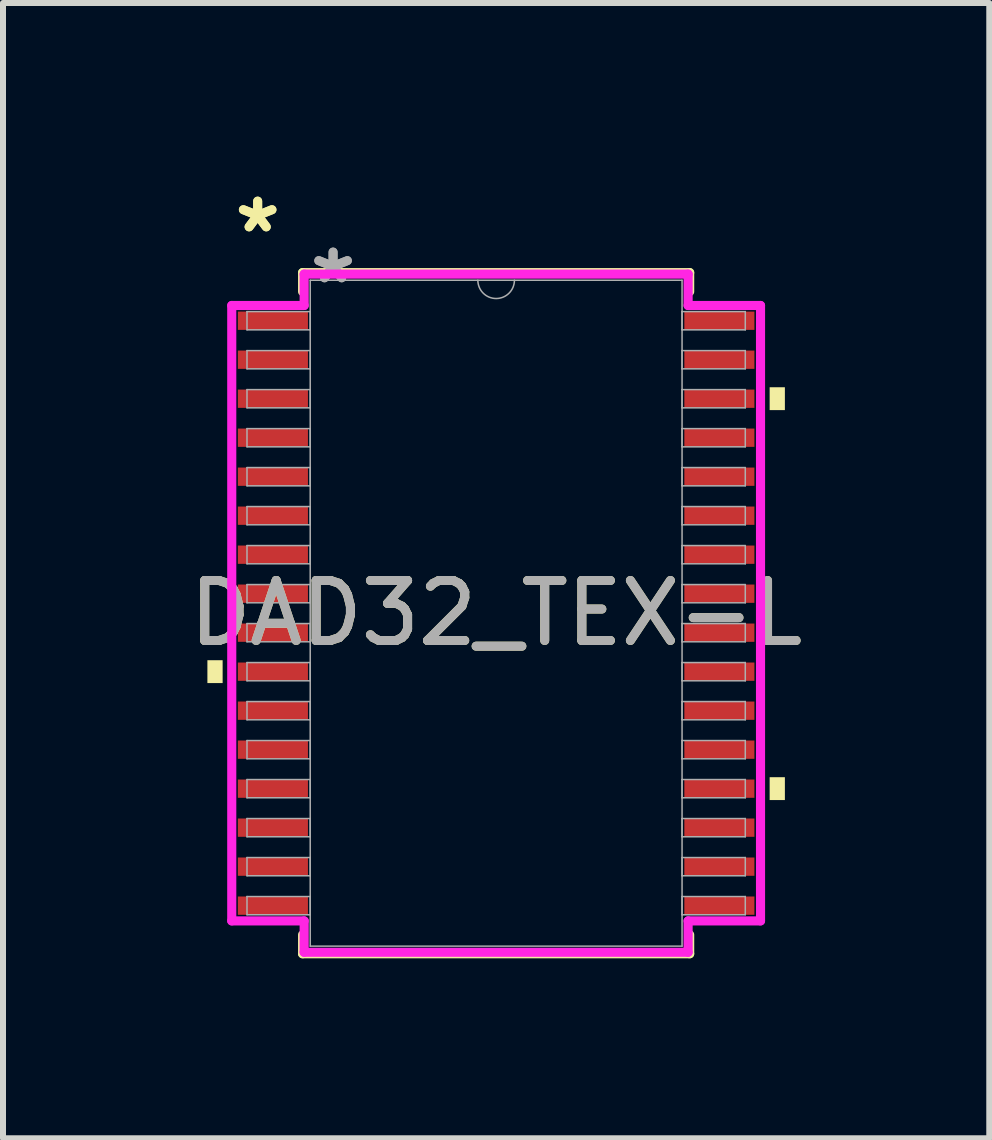
<source format=kicad_pcb>
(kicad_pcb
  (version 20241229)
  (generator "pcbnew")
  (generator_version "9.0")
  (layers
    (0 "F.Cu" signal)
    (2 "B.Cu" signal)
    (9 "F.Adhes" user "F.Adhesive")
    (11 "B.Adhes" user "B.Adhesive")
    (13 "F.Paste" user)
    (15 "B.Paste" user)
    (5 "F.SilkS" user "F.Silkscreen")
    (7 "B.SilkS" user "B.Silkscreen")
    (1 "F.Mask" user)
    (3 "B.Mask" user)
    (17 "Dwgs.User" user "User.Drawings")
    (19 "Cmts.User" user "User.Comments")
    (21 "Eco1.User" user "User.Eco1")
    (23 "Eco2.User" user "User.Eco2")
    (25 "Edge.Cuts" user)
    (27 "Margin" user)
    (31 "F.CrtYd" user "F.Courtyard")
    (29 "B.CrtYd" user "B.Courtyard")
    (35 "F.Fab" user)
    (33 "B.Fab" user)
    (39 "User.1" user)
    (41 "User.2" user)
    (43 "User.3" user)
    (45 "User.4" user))
  (footprint "DAD32_TEX-L"
    (layer "F.Cu")
    (at 5.22 7.171)
    (property "Reference" "DAD32_TEX-L" (at 0 0 0) (unlocked yes) (layer "F.SilkS") (effects (font (size 1 1) (thickness 0.15))))
    (attr smd)
    (fp_line (start -3.226 -5.677) (end -3.226 -5.36) (stroke (width 0.152) (type solid)) (layer "F.SilkS"))
    (fp_line (start -3.226 5.36) (end -3.226 5.677) (stroke (width 0.152) (type solid)) (layer "F.SilkS"))
    (fp_line (start -3.226 5.677) (end 3.226 5.677) (stroke (width 0.152) (type solid)) (layer "F.SilkS"))
    (fp_line (start 3.226 -5.677) (end -3.226 -5.677) (stroke (width 0.152) (type solid)) (layer "F.SilkS"))
    (fp_line (start 3.226 -5.36) (end 3.226 -5.677) (stroke (width 0.152) (type solid)) (layer "F.SilkS"))
    (fp_line (start 3.226 5.677) (end 3.226 5.36) (stroke (width 0.152) (type solid)) (layer "F.SilkS"))
    (fp_poly (pts (xy -4.813 0.784) (xy -4.813 1.165) (xy -4.559 1.165) (xy -4.559 0.784)) (stroke (width 0) (type solid)) (fill yes) (layer "F.SilkS"))
    (fp_poly (pts (xy 4.813 -3.766) (xy 4.813 -3.385) (xy 4.559 -3.385) (xy 4.559 -3.766)) (stroke (width 0) (type solid)) (fill yes) (layer "F.SilkS"))
    (fp_poly (pts (xy 4.813 2.734) (xy 4.813 3.115) (xy 4.559 3.115) (xy 4.559 2.734)) (stroke (width 0) (type solid)) (fill yes) (layer "F.SilkS"))
    (fp_line (start -4.407 -5.129) (end -3.2 -5.129) (stroke (width 0.152) (type solid)) (layer "F.CrtYd"))
    (fp_line (start -4.407 5.129) (end -4.407 -5.129) (stroke (width 0.152) (type solid)) (layer "F.CrtYd"))
    (fp_line (start -4.407 5.129) (end -3.2 5.129) (stroke (width 0.152) (type solid)) (layer "F.CrtYd"))
    (fp_line (start -3.2 -5.652) (end 3.2 -5.652) (stroke (width 0.152) (type solid)) (layer "F.CrtYd"))
    (fp_line (start -3.2 -5.129) (end -3.2 -5.652) (stroke (width 0.152) (type solid)) (layer "F.CrtYd"))
    (fp_line (start -3.2 5.652) (end -3.2 5.129) (stroke (width 0.152) (type solid)) (layer "F.CrtYd"))
    (fp_line (start 3.2 -5.652) (end 3.2 -5.129) (stroke (width 0.152) (type solid)) (layer "F.CrtYd"))
    (fp_line (start 3.2 5.129) (end 3.2 5.652) (stroke (width 0.152) (type solid)) (layer "F.CrtYd"))
    (fp_line (start 3.2 5.652) (end -3.2 5.652) (stroke (width 0.152) (type solid)) (layer "F.CrtYd"))
    (fp_line (start 4.407 -5.129) (end 3.2 -5.129) (stroke (width 0.152) (type solid)) (layer "F.CrtYd"))
    (fp_line (start 4.407 -5.129) (end 4.407 5.129) (stroke (width 0.152) (type solid)) (layer "F.CrtYd"))
    (fp_line (start 4.407 5.129) (end 3.2 5.129) (stroke (width 0.152) (type solid)) (layer "F.CrtYd"))
    (fp_line (start -4.153 -5.027) (end -4.153 -4.723) (stroke (width 0.025) (type solid)) (layer "F.Fab"))
    (fp_line (start -4.153 -4.723) (end -3.099 -4.723) (stroke (width 0.025) (type solid)) (layer "F.Fab"))
    (fp_line (start -4.153 -4.377) (end -4.153 -4.073) (stroke (width 0.025) (type solid)) (layer "F.Fab"))
    (fp_line (start -4.153 -4.073) (end -3.099 -4.073) (stroke (width 0.025) (type solid)) (layer "F.Fab"))
    (fp_line (start -4.153 -3.727) (end -4.153 -3.423) (stroke (width 0.025) (type solid)) (layer "F.Fab"))
    (fp_line (start -4.153 -3.423) (end -3.099 -3.423) (stroke (width 0.025) (type solid)) (layer "F.Fab"))
    (fp_line (start -4.153 -3.077) (end -4.153 -2.773) (stroke (width 0.025) (type solid)) (layer "F.Fab"))
    (fp_line (start -4.153 -2.773) (end -3.099 -2.773) (stroke (width 0.025) (type solid)) (layer "F.Fab"))
    (fp_line (start -4.153 -2.427) (end -4.153 -2.123) (stroke (width 0.025) (type solid)) (layer "F.Fab"))
    (fp_line (start -4.153 -2.123) (end -3.099 -2.123) (stroke (width 0.025) (type solid)) (layer "F.Fab"))
    (fp_line (start -4.153 -1.777) (end -4.153 -1.473) (stroke (width 0.025) (type solid)) (layer "F.Fab"))
    (fp_line (start -4.153 -1.473) (end -3.099 -1.473) (stroke (width 0.025) (type solid)) (layer "F.Fab"))
    (fp_line (start -4.153 -1.127) (end -4.153 -0.823) (stroke (width 0.025) (type solid)) (layer "F.Fab"))
    (fp_line (start -4.153 -0.823) (end -3.099 -0.823) (stroke (width 0.025) (type solid)) (layer "F.Fab"))
    (fp_line (start -4.153 -0.477) (end -4.153 -0.173) (stroke (width 0.025) (type solid)) (layer "F.Fab"))
    (fp_line (start -4.153 -0.173) (end -3.099 -0.173) (stroke (width 0.025) (type solid)) (layer "F.Fab"))
    (fp_line (start -4.153 0.173) (end -4.153 0.477) (stroke (width 0.025) (type solid)) (layer "F.Fab"))
    (fp_line (start -4.153 0.477) (end -3.099 0.477) (stroke (width 0.025) (type solid)) (layer "F.Fab"))
    (fp_line (start -4.153 0.823) (end -4.153 1.127) (stroke (width 0.025) (type solid)) (layer "F.Fab"))
    (fp_line (start -4.153 1.127) (end -3.099 1.127) (stroke (width 0.025) (type solid)) (layer "F.Fab"))
    (fp_line (start -4.153 1.473) (end -4.153 1.777) (stroke (width 0.025) (type solid)) (layer "F.Fab"))
    (fp_line (start -4.153 1.777) (end -3.099 1.777) (stroke (width 0.025) (type solid)) (layer "F.Fab"))
    (fp_line (start -4.153 2.123) (end -4.153 2.427) (stroke (width 0.025) (type solid)) (layer "F.Fab"))
    (fp_line (start -4.153 2.427) (end -3.099 2.427) (stroke (width 0.025) (type solid)) (layer "F.Fab"))
    (fp_line (start -4.153 2.773) (end -4.153 3.077) (stroke (width 0.025) (type solid)) (layer "F.Fab"))
    (fp_line (start -4.153 3.077) (end -3.099 3.077) (stroke (width 0.025) (type solid)) (layer "F.Fab"))
    (fp_line (start -4.153 3.423) (end -4.153 3.727) (stroke (width 0.025) (type solid)) (layer "F.Fab"))
    (fp_line (start -4.153 3.727) (end -3.099 3.727) (stroke (width 0.025) (type solid)) (layer "F.Fab"))
    (fp_line (start -4.153 4.073) (end -4.153 4.377) (stroke (width 0.025) (type solid)) (layer "F.Fab"))
    (fp_line (start -4.153 4.377) (end -3.099 4.377) (stroke (width 0.025) (type solid)) (layer "F.Fab"))
    (fp_line (start -4.153 4.723) (end -4.153 5.027) (stroke (width 0.025) (type solid)) (layer "F.Fab"))
    (fp_line (start -4.153 5.027) (end -3.099 5.027) (stroke (width 0.025) (type solid)) (layer "F.Fab"))
    (fp_line (start -3.099 -5.55) (end -3.099 5.55) (stroke (width 0.025) (type solid)) (layer "F.Fab"))
    (fp_line (start -3.099 -5.027) (end -4.153 -5.027) (stroke (width 0.025) (type solid)) (layer "F.Fab"))
    (fp_line (start -3.099 -4.723) (end -3.099 -5.027) (stroke (width 0.025) (type solid)) (layer "F.Fab"))
    (fp_line (start -3.099 -4.377) (end -4.153 -4.377) (stroke (width 0.025) (type solid)) (layer "F.Fab"))
    (fp_line (start -3.099 -4.073) (end -3.099 -4.377) (stroke (width 0.025) (type solid)) (layer "F.Fab"))
    (fp_line (start -3.099 -3.727) (end -4.153 -3.727) (stroke (width 0.025) (type solid)) (layer "F.Fab"))
    (fp_line (start -3.099 -3.423) (end -3.099 -3.727) (stroke (width 0.025) (type solid)) (layer "F.Fab"))
    (fp_line (start -3.099 -3.077) (end -4.153 -3.077) (stroke (width 0.025) (type solid)) (layer "F.Fab"))
    (fp_line (start -3.099 -2.773) (end -3.099 -3.077) (stroke (width 0.025) (type solid)) (layer "F.Fab"))
    (fp_line (start -3.099 -2.427) (end -4.153 -2.427) (stroke (width 0.025) (type solid)) (layer "F.Fab"))
    (fp_line (start -3.099 -2.123) (end -3.099 -2.427) (stroke (width 0.025) (type solid)) (layer "F.Fab"))
    (fp_line (start -3.099 -1.777) (end -4.153 -1.777) (stroke (width 0.025) (type solid)) (layer "F.Fab"))
    (fp_line (start -3.099 -1.473) (end -3.099 -1.777) (stroke (width 0.025) (type solid)) (layer "F.Fab"))
    (fp_line (start -3.099 -1.127) (end -4.153 -1.127) (stroke (width 0.025) (type solid)) (layer "F.Fab"))
    (fp_line (start -3.099 -0.823) (end -3.099 -1.127) (stroke (width 0.025) (type solid)) (layer "F.Fab"))
    (fp_line (start -3.099 -0.477) (end -4.153 -0.477) (stroke (width 0.025) (type solid)) (layer "F.Fab"))
    (fp_line (start -3.099 -0.173) (end -3.099 -0.477) (stroke (width 0.025) (type solid)) (layer "F.Fab"))
    (fp_line (start -3.099 0.173) (end -4.153 0.173) (stroke (width 0.025) (type solid)) (layer "F.Fab"))
    (fp_line (start -3.099 0.477) (end -3.099 0.173) (stroke (width 0.025) (type solid)) (layer "F.Fab"))
    (fp_line (start -3.099 0.823) (end -4.153 0.823) (stroke (width 0.025) (type solid)) (layer "F.Fab"))
    (fp_line (start -3.099 1.127) (end -3.099 0.823) (stroke (width 0.025) (type solid)) (layer "F.Fab"))
    (fp_line (start -3.099 1.473) (end -4.153 1.473) (stroke (width 0.025) (type solid)) (layer "F.Fab"))
    (fp_line (start -3.099 1.777) (end -3.099 1.473) (stroke (width 0.025) (type solid)) (layer "F.Fab"))
    (fp_line (start -3.099 2.123) (end -4.153 2.123) (stroke (width 0.025) (type solid)) (layer "F.Fab"))
    (fp_line (start -3.099 2.427) (end -3.099 2.123) (stroke (width 0.025) (type solid)) (layer "F.Fab"))
    (fp_line (start -3.099 2.773) (end -4.153 2.773) (stroke (width 0.025) (type solid)) (layer "F.Fab"))
    (fp_line (start -3.099 3.077) (end -3.099 2.773) (stroke (width 0.025) (type solid)) (layer "F.Fab"))
    (fp_line (start -3.099 3.423) (end -4.153 3.423) (stroke (width 0.025) (type solid)) (layer "F.Fab"))
    (fp_line (start -3.099 3.727) (end -3.099 3.423) (stroke (width 0.025) (type solid)) (layer "F.Fab"))
    (fp_line (start -3.099 4.073) (end -4.153 4.073) (stroke (width 0.025) (type solid)) (layer "F.Fab"))
    (fp_line (start -3.099 4.377) (end -3.099 4.073) (stroke (width 0.025) (type solid)) (layer "F.Fab"))
    (fp_line (start -3.099 4.723) (end -4.153 4.723) (stroke (width 0.025) (type solid)) (layer "F.Fab"))
    (fp_line (start -3.099 5.027) (end -3.099 4.723) (stroke (width 0.025) (type solid)) (layer "F.Fab"))
    (fp_line (start -3.099 5.55) (end 3.099 5.55) (stroke (width 0.025) (type solid)) (layer "F.Fab"))
    (fp_line (start 3.099 -5.55) (end -3.099 -5.55) (stroke (width 0.025) (type solid)) (layer "F.Fab"))
    (fp_line (start 3.099 -5.027) (end 3.099 -4.723) (stroke (width 0.025) (type solid)) (layer "F.Fab"))
    (fp_line (start 3.099 -4.723) (end 4.153 -4.723) (stroke (width 0.025) (type solid)) (layer "F.Fab"))
    (fp_line (start 3.099 -4.377) (end 3.099 -4.073) (stroke (width 0.025) (type solid)) (layer "F.Fab"))
    (fp_line (start 3.099 -4.073) (end 4.153 -4.073) (stroke (width 0.025) (type solid)) (layer "F.Fab"))
    (fp_line (start 3.099 -3.727) (end 3.099 -3.423) (stroke (width 0.025) (type solid)) (layer "F.Fab"))
    (fp_line (start 3.099 -3.423) (end 4.153 -3.423) (stroke (width 0.025) (type solid)) (layer "F.Fab"))
    (fp_line (start 3.099 -3.077) (end 3.099 -2.773) (stroke (width 0.025) (type solid)) (layer "F.Fab"))
    (fp_line (start 3.099 -2.773) (end 4.153 -2.773) (stroke (width 0.025) (type solid)) (layer "F.Fab"))
    (fp_line (start 3.099 -2.427) (end 3.099 -2.123) (stroke (width 0.025) (type solid)) (layer "F.Fab"))
    (fp_line (start 3.099 -2.123) (end 4.153 -2.123) (stroke (width 0.025) (type solid)) (layer "F.Fab"))
    (fp_line (start 3.099 -1.777) (end 3.099 -1.473) (stroke (width 0.025) (type solid)) (layer "F.Fab"))
    (fp_line (start 3.099 -1.473) (end 4.153 -1.473) (stroke (width 0.025) (type solid)) (layer "F.Fab"))
    (fp_line (start 3.099 -1.127) (end 3.099 -0.823) (stroke (width 0.025) (type solid)) (layer "F.Fab"))
    (fp_line (start 3.099 -0.823) (end 4.153 -0.823) (stroke (width 0.025) (type solid)) (layer "F.Fab"))
    (fp_line (start 3.099 -0.477) (end 3.099 -0.173) (stroke (width 0.025) (type solid)) (layer "F.Fab"))
    (fp_line (start 3.099 -0.173) (end 4.153 -0.173) (stroke (width 0.025) (type solid)) (layer "F.Fab"))
    (fp_line (start 3.099 0.173) (end 3.099 0.477) (stroke (width 0.025) (type solid)) (layer "F.Fab"))
    (fp_line (start 3.099 0.477) (end 4.153 0.477) (stroke (width 0.025) (type solid)) (layer "F.Fab"))
    (fp_line (start 3.099 0.823) (end 3.099 1.127) (stroke (width 0.025) (type solid)) (layer "F.Fab"))
    (fp_line (start 3.099 1.127) (end 4.153 1.127) (stroke (width 0.025) (type solid)) (layer "F.Fab"))
    (fp_line (start 3.099 1.473) (end 3.099 1.777) (stroke (width 0.025) (type solid)) (layer "F.Fab"))
    (fp_line (start 3.099 1.777) (end 4.153 1.777) (stroke (width 0.025) (type solid)) (layer "F.Fab"))
    (fp_line (start 3.099 2.123) (end 3.099 2.427) (stroke (width 0.025) (type solid)) (layer "F.Fab"))
    (fp_line (start 3.099 2.427) (end 4.153 2.427) (stroke (width 0.025) (type solid)) (layer "F.Fab"))
    (fp_line (start 3.099 2.773) (end 3.099 3.077) (stroke (width 0.025) (type solid)) (layer "F.Fab"))
    (fp_line (start 3.099 3.077) (end 4.153 3.077) (stroke (width 0.025) (type solid)) (layer "F.Fab"))
    (fp_line (start 3.099 3.423) (end 3.099 3.727) (stroke (width 0.025) (type solid)) (layer "F.Fab"))
    (fp_line (start 3.099 3.727) (end 4.153 3.727) (stroke (width 0.025) (type solid)) (layer "F.Fab"))
    (fp_line (start 3.099 4.073) (end 3.099 4.377) (stroke (width 0.025) (type solid)) (layer "F.Fab"))
    (fp_line (start 3.099 4.377) (end 4.153 4.377) (stroke (width 0.025) (type solid)) (layer "F.Fab"))
    (fp_line (start 3.099 4.723) (end 3.099 5.027) (stroke (width 0.025) (type solid)) (layer "F.Fab"))
    (fp_line (start 3.099 5.027) (end 4.153 5.027) (stroke (width 0.025) (type solid)) (layer "F.Fab"))
    (fp_line (start 3.099 5.55) (end 3.099 -5.55) (stroke (width 0.025) (type solid)) (layer "F.Fab"))
    (fp_line (start 4.153 -5.027) (end 3.099 -5.027) (stroke (width 0.025) (type solid)) (layer "F.Fab"))
    (fp_line (start 4.153 -4.723) (end 4.153 -5.027) (stroke (width 0.025) (type solid)) (layer "F.Fab"))
    (fp_line (start 4.153 -4.377) (end 3.099 -4.377) (stroke (width 0.025) (type solid)) (layer "F.Fab"))
    (fp_line (start 4.153 -4.073) (end 4.153 -4.377) (stroke (width 0.025) (type solid)) (layer "F.Fab"))
    (fp_line (start 4.153 -3.727) (end 3.099 -3.727) (stroke (width 0.025) (type solid)) (layer "F.Fab"))
    (fp_line (start 4.153 -3.423) (end 4.153 -3.727) (stroke (width 0.025) (type solid)) (layer "F.Fab"))
    (fp_line (start 4.153 -3.077) (end 3.099 -3.077) (stroke (width 0.025) (type solid)) (layer "F.Fab"))
    (fp_line (start 4.153 -2.773) (end 4.153 -3.077) (stroke (width 0.025) (type solid)) (layer "F.Fab"))
    (fp_line (start 4.153 -2.427) (end 3.099 -2.427) (stroke (width 0.025) (type solid)) (layer "F.Fab"))
    (fp_line (start 4.153 -2.123) (end 4.153 -2.427) (stroke (width 0.025) (type solid)) (layer "F.Fab"))
    (fp_line (start 4.153 -1.777) (end 3.099 -1.777) (stroke (width 0.025) (type solid)) (layer "F.Fab"))
    (fp_line (start 4.153 -1.473) (end 4.153 -1.777) (stroke (width 0.025) (type solid)) (layer "F.Fab"))
    (fp_line (start 4.153 -1.127) (end 3.099 -1.127) (stroke (width 0.025) (type solid)) (layer "F.Fab"))
    (fp_line (start 4.153 -0.823) (end 4.153 -1.127) (stroke (width 0.025) (type solid)) (layer "F.Fab"))
    (fp_line (start 4.153 -0.477) (end 3.099 -0.477) (stroke (width 0.025) (type solid)) (layer "F.Fab"))
    (fp_line (start 4.153 -0.173) (end 4.153 -0.477) (stroke (width 0.025) (type solid)) (layer "F.Fab"))
    (fp_line (start 4.153 0.173) (end 3.099 0.173) (stroke (width 0.025) (type solid)) (layer "F.Fab"))
    (fp_line (start 4.153 0.477) (end 4.153 0.173) (stroke (width 0.025) (type solid)) (layer "F.Fab"))
    (fp_line (start 4.153 0.823) (end 3.099 0.823) (stroke (width 0.025) (type solid)) (layer "F.Fab"))
    (fp_line (start 4.153 1.127) (end 4.153 0.823) (stroke (width 0.025) (type solid)) (layer "F.Fab"))
    (fp_line (start 4.153 1.473) (end 3.099 1.473) (stroke (width 0.025) (type solid)) (layer "F.Fab"))
    (fp_line (start 4.153 1.777) (end 4.153 1.473) (stroke (width 0.025) (type solid)) (layer "F.Fab"))
    (fp_line (start 4.153 2.123) (end 3.099 2.123) (stroke (width 0.025) (type solid)) (layer "F.Fab"))
    (fp_line (start 4.153 2.427) (end 4.153 2.123) (stroke (width 0.025) (type solid)) (layer "F.Fab"))
    (fp_line (start 4.153 2.773) (end 3.099 2.773) (stroke (width 0.025) (type solid)) (layer "F.Fab"))
    (fp_line (start 4.153 3.077) (end 4.153 2.773) (stroke (width 0.025) (type solid)) (layer "F.Fab"))
    (fp_line (start 4.153 3.423) (end 3.099 3.423) (stroke (width 0.025) (type solid)) (layer "F.Fab"))
    (fp_line (start 4.153 3.727) (end 4.153 3.423) (stroke (width 0.025) (type solid)) (layer "F.Fab"))
    (fp_line (start 4.153 4.073) (end 3.099 4.073) (stroke (width 0.025) (type solid)) (layer "F.Fab"))
    (fp_line (start 4.153 4.377) (end 4.153 4.073) (stroke (width 0.025) (type solid)) (layer "F.Fab"))
    (fp_line (start 4.153 4.723) (end 3.099 4.723) (stroke (width 0.025) (type solid)) (layer "F.Fab"))
    (fp_line (start 4.153 5.027) (end 4.153 4.723) (stroke (width 0.025) (type solid)) (layer "F.Fab"))
    (fp_arc (start 0.3048 -5.5499) (mid 0 -5.2451) (end -0.3048 -5.5499) (stroke (width 0.0254) (type solid)) (layer "F.Fab"))
    (fp_text user "*" (at -3.975 -6.323 0) (layer "F.SilkS") (effects (font (size 1 1) (thickness 0.15))))
    (fp_text user "*" (at -3.975 -6.323 0) (unlocked yes) (layer "F.SilkS") (effects (font (size 1 1) (thickness 0.15))))
    (fp_text user "${REFERENCE}" (at 0 0 0) (unlocked yes) (layer "F.Fab") (effects (font (size 1 1) (thickness 0.15))))
    (fp_text user "*" (at -2.718 -5.474 0) (layer "F.Fab") (effects (font (size 1 1) (thickness 0.15))))
    (fp_text user "*" (at -2.718 -5.474 0) (unlocked yes) (layer "F.Fab") (effects (font (size 1 1) (thickness 0.15))))
    (pad "1" smd rect (at -3.721 -4.875) (size 1.168 0.305) (layers "F.Cu" "F.Mask" "F.Paste"))
    (pad "2" smd rect (at -3.721 -4.225) (size 1.168 0.305) (layers "F.Cu" "F.Mask" "F.Paste"))
    (pad "3" smd rect (at -3.721 -3.575) (size 1.168 0.305) (layers "F.Cu" "F.Mask" "F.Paste"))
    (pad "4" smd rect (at -3.721 -2.925) (size 1.168 0.305) (layers "F.Cu" "F.Mask" "F.Paste"))
    (pad "5" smd rect (at -3.721 -2.275) (size 1.168 0.305) (layers "F.Cu" "F.Mask" "F.Paste"))
    (pad "6" smd rect (at -3.721 -1.625) (size 1.168 0.305) (layers "F.Cu" "F.Mask" "F.Paste"))
    (pad "7" smd rect (at -3.721 -0.975) (size 1.168 0.305) (layers "F.Cu" "F.Mask" "F.Paste"))
    (pad "8" smd rect (at -3.721 -0.325) (size 1.168 0.305) (layers "F.Cu" "F.Mask" "F.Paste"))
    (pad "9" smd rect (at -3.721 0.325) (size 1.168 0.305) (layers "F.Cu" "F.Mask" "F.Paste"))
    (pad "10" smd rect (at -3.721 0.975) (size 1.168 0.305) (layers "F.Cu" "F.Mask" "F.Paste"))
    (pad "11" smd rect (at -3.721 1.625) (size 1.168 0.305) (layers "F.Cu" "F.Mask" "F.Paste"))
    (pad "12" smd rect (at -3.721 2.275) (size 1.168 0.305) (layers "F.Cu" "F.Mask" "F.Paste"))
    (pad "13" smd rect (at -3.721 2.925) (size 1.168 0.305) (layers "F.Cu" "F.Mask" "F.Paste"))
    (pad "14" smd rect (at -3.721 3.575) (size 1.168 0.305) (layers "F.Cu" "F.Mask" "F.Paste"))
    (pad "15" smd rect (at -3.721 4.225) (size 1.168 0.305) (layers "F.Cu" "F.Mask" "F.Paste"))
    (pad "16" smd rect (at -3.721 4.875) (size 1.168 0.305) (layers "F.Cu" "F.Mask" "F.Paste"))
    (pad "17" smd rect (at 3.721 4.875) (size 1.168 0.305) (layers "F.Cu" "F.Mask" "F.Paste"))
    (pad "18" smd rect (at 3.721 4.225) (size 1.168 0.305) (layers "F.Cu" "F.Mask" "F.Paste"))
    (pad "19" smd rect (at 3.721 3.575) (size 1.168 0.305) (layers "F.Cu" "F.Mask" "F.Paste"))
    (pad "20" smd rect (at 3.721 2.925) (size 1.168 0.305) (layers "F.Cu" "F.Mask" "F.Paste"))
    (pad "21" smd rect (at 3.721 2.275) (size 1.168 0.305) (layers "F.Cu" "F.Mask" "F.Paste"))
    (pad "22" smd rect (at 3.721 1.625) (size 1.168 0.305) (layers "F.Cu" "F.Mask" "F.Paste"))
    (pad "23" smd rect (at 3.721 0.975) (size 1.168 0.305) (layers "F.Cu" "F.Mask" "F.Paste"))
    (pad "24" smd rect (at 3.721 0.325) (size 1.168 0.305) (layers "F.Cu" "F.Mask" "F.Paste"))
    (pad "25" smd rect (at 3.721 -0.325) (size 1.168 0.305) (layers "F.Cu" "F.Mask" "F.Paste"))
    (pad "26" smd rect (at 3.721 -0.975) (size 1.168 0.305) (layers "F.Cu" "F.Mask" "F.Paste"))
    (pad "27" smd rect (at 3.721 -1.625) (size 1.168 0.305) (layers "F.Cu" "F.Mask" "F.Paste"))
    (pad "28" smd rect (at 3.721 -2.275) (size 1.168 0.305) (layers "F.Cu" "F.Mask" "F.Paste"))
    (pad "29" smd rect (at 3.721 -2.925) (size 1.168 0.305) (layers "F.Cu" "F.Mask" "F.Paste"))
    (pad "30" smd rect (at 3.721 -3.575) (size 1.168 0.305) (layers "F.Cu" "F.Mask" "F.Paste"))
    (pad "31" smd rect (at 3.721 -4.225) (size 1.168 0.305) (layers "F.Cu" "F.Mask" "F.Paste"))
    (pad "32" smd rect (at 3.721 -4.875) (size 1.168 0.305) (layers "F.Cu" "F.Mask" "F.Paste")))
  (gr_rect
    (start -3 -3)
    (end 13.44 15.924)
    (stroke (width 0.1) (type default))
    (fill no)
    (layer "Edge.Cuts")))
</source>
